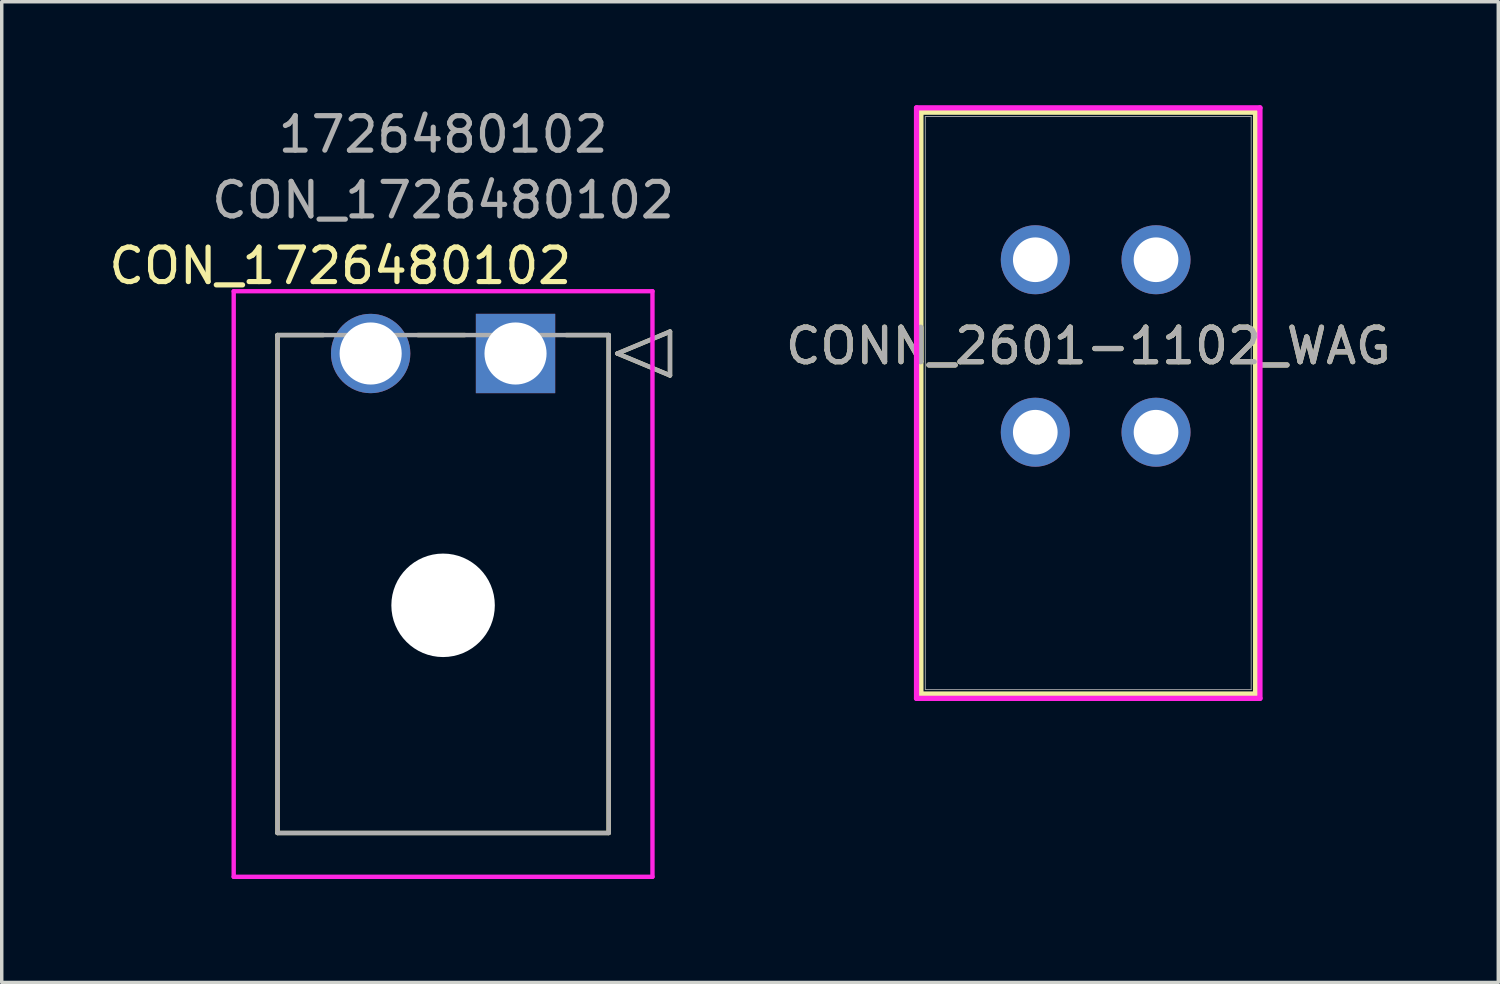
<source format=kicad_pcb>
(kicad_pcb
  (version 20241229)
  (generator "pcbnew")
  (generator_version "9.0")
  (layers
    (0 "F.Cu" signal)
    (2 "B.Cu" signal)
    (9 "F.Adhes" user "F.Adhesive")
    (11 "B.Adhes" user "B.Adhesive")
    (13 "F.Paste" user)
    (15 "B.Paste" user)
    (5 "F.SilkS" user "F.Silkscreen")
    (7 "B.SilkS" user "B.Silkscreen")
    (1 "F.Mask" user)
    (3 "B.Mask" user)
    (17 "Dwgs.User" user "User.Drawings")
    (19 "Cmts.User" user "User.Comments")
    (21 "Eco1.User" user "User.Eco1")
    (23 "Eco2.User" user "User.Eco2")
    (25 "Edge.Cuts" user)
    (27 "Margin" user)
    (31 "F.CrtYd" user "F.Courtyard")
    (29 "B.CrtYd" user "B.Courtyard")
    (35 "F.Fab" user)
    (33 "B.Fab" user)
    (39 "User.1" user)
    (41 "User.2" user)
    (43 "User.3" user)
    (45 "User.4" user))
  (footprint "CON_1726480102"
    (layer "F.Cu")
    (at 11.895 7.198)
    (property "Reference" "CON_1726480102" (at -5.08 -2.54 0) (unlocked yes) (layer "F.SilkS") (effects (font (size 1 1) (thickness 0.15))))
    (attr through_hole)
    (fp_line (start -6.9 -0.535) (end -6.9 13.9) (stroke (width 0.127) (type solid)) (layer "F.SilkS"))
    (fp_line (start -6.9 13.9) (end 2.7 13.9) (stroke (width 0.127) (type solid)) (layer "F.SilkS"))
    (fp_line (start -5.569 -0.535) (end -6.9 -0.535) (stroke (width 0.127) (type solid)) (layer "F.SilkS"))
    (fp_line (start -1.47 -0.535) (end -2.831 -0.535) (stroke (width 0.127) (type solid)) (layer "F.SilkS"))
    (fp_line (start 2.7 -0.535) (end 1.47 -0.535) (stroke (width 0.127) (type solid)) (layer "F.SilkS"))
    (fp_line (start 2.7 13.9) (end 2.7 -0.535) (stroke (width 0.127) (type solid)) (layer "F.SilkS"))
    (fp_line (start 2.954 0) (end 4.478 -0.635) (stroke (width 0.127) (type solid)) (layer "F.SilkS"))
    (fp_line (start 4.478 -0.635) (end 4.478 0.635) (stroke (width 0.127) (type solid)) (layer "F.SilkS"))
    (fp_line (start 4.478 0.635) (end 2.954 0) (stroke (width 0.127) (type solid)) (layer "F.SilkS"))
    (fp_line (start -8.17 -1.805) (end -8.17 15.17) (stroke (width 0.127) (type solid)) (layer "F.CrtYd"))
    (fp_line (start -8.17 15.17) (end 3.97 15.17) (stroke (width 0.127) (type solid)) (layer "F.CrtYd"))
    (fp_line (start 3.97 -1.805) (end -8.17 -1.805) (stroke (width 0.127) (type solid)) (layer "F.CrtYd"))
    (fp_line (start 3.97 15.17) (end 3.97 -1.805) (stroke (width 0.127) (type solid)) (layer "F.CrtYd"))
    (fp_line (start -6.9 -0.535) (end -6.9 13.9) (stroke (width 0.127) (type solid)) (layer "F.Fab"))
    (fp_line (start -6.9 13.9) (end 2.7 13.9) (stroke (width 0.127) (type solid)) (layer "F.Fab"))
    (fp_line (start 2.7 -0.535) (end -6.9 -0.535) (stroke (width 0.127) (type solid)) (layer "F.Fab"))
    (fp_line (start 2.7 13.9) (end 2.7 -0.535) (stroke (width 0.127) (type solid)) (layer "F.Fab"))
    (fp_line (start 2.954 0) (end 4.478 -0.635) (stroke (width 0.127) (type solid)) (layer "F.Fab"))
    (fp_line (start 4.478 -0.635) (end 4.478 0.635) (stroke (width 0.127) (type solid)) (layer "F.Fab"))
    (fp_line (start 4.478 0.635) (end 2.954 0) (stroke (width 0.127) (type solid)) (layer "F.Fab"))
    (fp_text user "${REFERENCE}" (at -2.1 -4.445 0) (unlocked yes) (layer "F.Fab") (effects (font (size 1 1) (thickness 0.15))))
    (fp_text user "1726480102" (at -2.1 -6.35 0) (unlocked yes) (layer "F.Fab") (effects (font (size 1 1) (thickness 0.15))))
    (pad "" np_thru_hole circle (at -2.1 7.3) (size 3 3) (drill 3) (layers "*.Cu" "*.Mask"))
    (pad "1" thru_hole rect (at 0 0) (size 2.3 2.3) (drill 1.8) (layers "*.Cu" "*.Mask"))
    (pad "2" thru_hole circle (at -4.2 0) (size 2.3 2.3) (drill 1.8) (layers "*.Cu" "*.Mask")))
  (footprint "CONN_2601-1102_WAG"
    (layer "F.Cu")
    (at 26.963 4.48)
    (property "Reference" "CONN_2601-1102_WAG" (at 1.535 2.5 0) (unlocked yes) (layer "F.SilkS") (effects (font (size 1 1) (thickness 0.15))))
    (attr through_hole)
    (fp_line (start -3.316 -4.277) (end -3.316 12.589) (stroke (width 0.152) (type solid)) (layer "F.SilkS"))
    (fp_line (start -3.316 12.589) (end 6.386 12.589) (stroke (width 0.152) (type solid)) (layer "F.SilkS"))
    (fp_line (start 6.386 -4.277) (end -3.316 -4.277) (stroke (width 0.152) (type solid)) (layer "F.SilkS"))
    (fp_line (start 6.386 12.589) (end 6.386 -4.277) (stroke (width 0.152) (type solid)) (layer "F.SilkS"))
    (fp_line (start -3.443 -4.404) (end -3.443 12.716) (stroke (width 0.152) (type solid)) (layer "F.CrtYd"))
    (fp_line (start -3.443 12.716) (end 6.513 12.716) (stroke (width 0.152) (type solid)) (layer "F.CrtYd"))
    (fp_line (start 6.513 -4.404) (end -3.443 -4.404) (stroke (width 0.152) (type solid)) (layer "F.CrtYd"))
    (fp_line (start 6.513 12.716) (end 6.513 -4.404) (stroke (width 0.152) (type solid)) (layer "F.CrtYd"))
    (fp_line (start -3.189 -4.15) (end -3.189 12.462) (stroke (width 0.025) (type solid)) (layer "F.Fab"))
    (fp_line (start -3.189 12.462) (end 6.259 12.462) (stroke (width 0.025) (type solid)) (layer "F.Fab"))
    (fp_line (start 6.259 -4.15) (end -3.189 -4.15) (stroke (width 0.025) (type solid)) (layer "F.Fab"))
    (fp_line (start 6.259 12.462) (end 6.259 -4.15) (stroke (width 0.025) (type solid)) (layer "F.Fab"))
    (fp_text user "${REFERENCE}" (at 1.535 2.5 0) (unlocked yes) (layer "F.Fab") (effects (font (size 1 1) (thickness 0.15))))
    (pad "1_1" thru_hole circle (at 0 0) (size 2 2) (drill 1.295) (layers "*.Cu" "*.Mask"))
    (pad "1_2" thru_hole circle (at 0 5) (size 2 2) (drill 1.295) (layers "*.Cu" "*.Mask"))
    (pad "2_1" thru_hole circle (at 3.5 0) (size 2 2) (drill 1.295) (layers "*.Cu" "*.Mask"))
    (pad "2_2" thru_hole circle (at 3.5 5) (size 2 2) (drill 1.295) (layers "*.Cu" "*.Mask")))
  (gr_rect
    (start -3 -3)
    (end 40.385 25.432)
    (stroke (width 0.1) (type default))
    (fill no)
    (layer "Edge.Cuts")))
</source>
